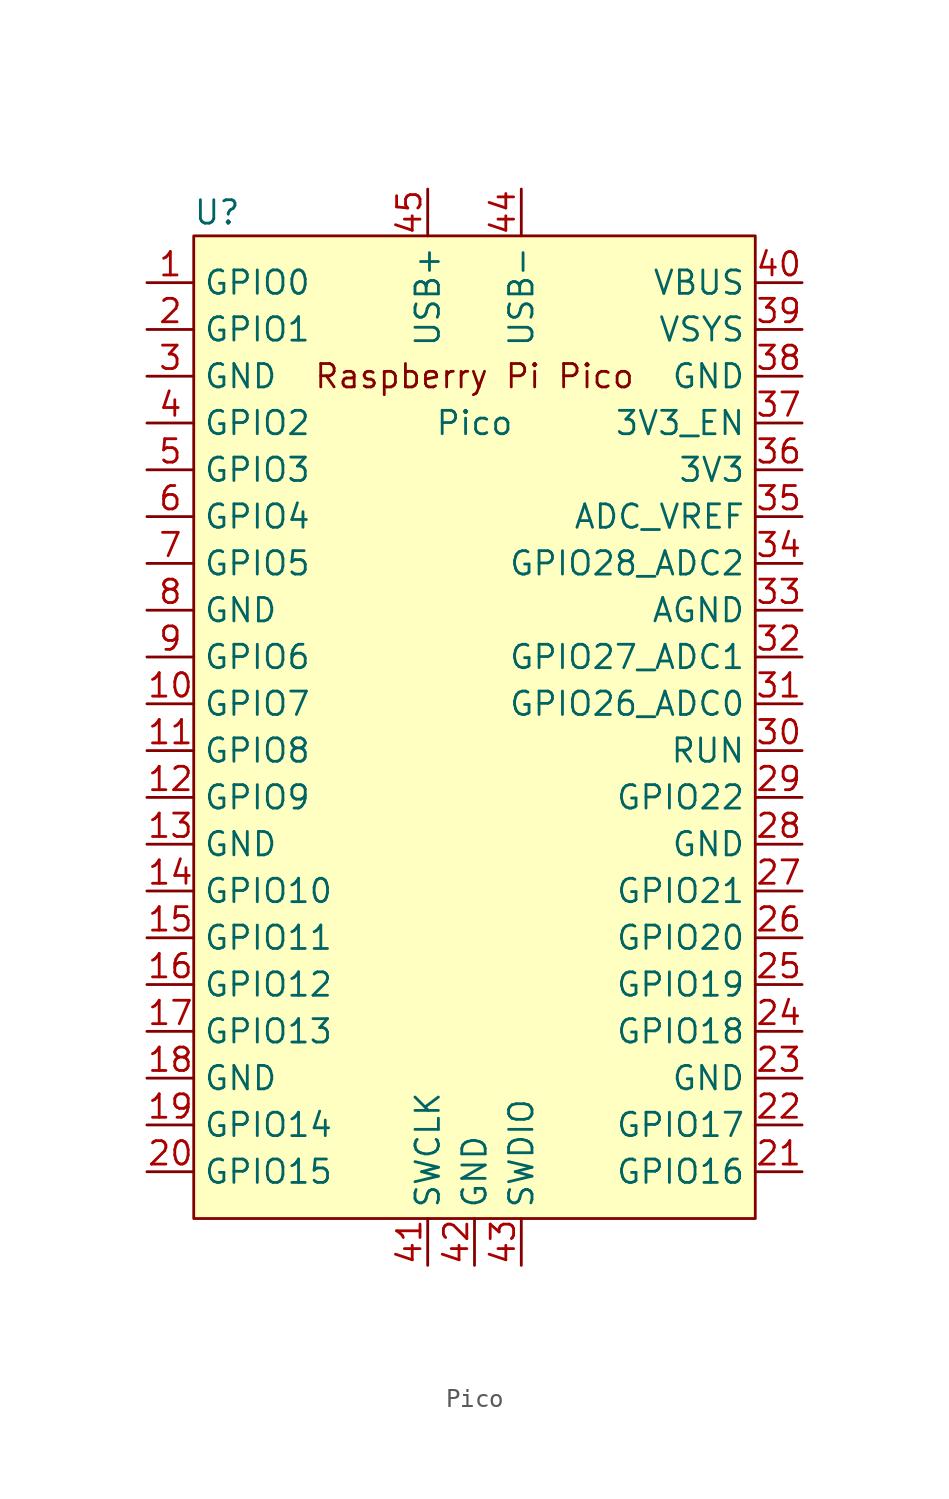
<source format=kicad_sym>
(kicad_symbol_lib
  (version 20211014)
  (generator kicad_symbol_editor)
  (symbol "Pico"
    (property "Reference" "U"
      (at -13.97 27.94 0)
      (effects (font (size 1.27 1.27))))
    (property "Value" "Pico"
      (at 0 16.51 0)
      (effects (font (size 1.27 1.27))))
    (symbol "Pico_0_0"
      (text "Raspberry Pi Pico" (at 0 19.05 0) (effects (font (size 1.27 1.27)))))
    (symbol "Pico_0_1"
      (rectangle (start -15.24 26.67) (end 15.24 -26.67) (stroke (width 0) (type default) (color 0 0 0 0)) (fill (type background))))
    (symbol "Pico_1_1"
      (pin bidirectional line (at -17.78 24.13 0) (length 2.54) (name "GPIO0" (effects (font (size 1.27 1.27)))) (number "1" (effects (font (size 1.27 1.27)))))
      (pin bidirectional line (at -17.78 1.27 0) (length 2.54) (name "GPIO7" (effects (font (size 1.27 1.27)))) (number "10" (effects (font (size 1.27 1.27)))))
      (pin bidirectional line (at -17.78 -1.27 0) (length 2.54) (name "GPIO8" (effects (font (size 1.27 1.27)))) (number "11" (effects (font (size 1.27 1.27)))))
      (pin bidirectional line (at -17.78 -3.81 0) (length 2.54) (name "GPIO9" (effects (font (size 1.27 1.27)))) (number "12" (effects (font (size 1.27 1.27)))))
      (pin power_in line (at -17.78 -6.35 0) (length 2.54) (name "GND" (effects (font (size 1.27 1.27)))) (number "13" (effects (font (size 1.27 1.27)))))
      (pin bidirectional line (at -17.78 -8.89 0) (length 2.54) (name "GPIO10" (effects (font (size 1.27 1.27)))) (number "14" (effects (font (size 1.27 1.27)))))
      (pin bidirectional line (at -17.78 -11.43 0) (length 2.54) (name "GPIO11" (effects (font (size 1.27 1.27)))) (number "15" (effects (font (size 1.27 1.27)))))
      (pin bidirectional line (at -17.78 -13.97 0) (length 2.54) (name "GPIO12" (effects (font (size 1.27 1.27)))) (number "16" (effects (font (size 1.27 1.27)))))
      (pin bidirectional line (at -17.78 -16.51 0) (length 2.54) (name "GPIO13" (effects (font (size 1.27 1.27)))) (number "17" (effects (font (size 1.27 1.27)))))
      (pin power_in line (at -17.78 -19.05 0) (length 2.54) (name "GND" (effects (font (size 1.27 1.27)))) (number "18" (effects (font (size 1.27 1.27)))))
      (pin bidirectional line (at -17.78 -21.59 0) (length 2.54) (name "GPIO14" (effects (font (size 1.27 1.27)))) (number "19" (effects (font (size 1.27 1.27)))))
      (pin bidirectional line (at -17.78 21.59 0) (length 2.54) (name "GPIO1" (effects (font (size 1.27 1.27)))) (number "2" (effects (font (size 1.27 1.27)))))
      (pin bidirectional line (at -17.78 -24.13 0) (length 2.54) (name "GPIO15" (effects (font (size 1.27 1.27)))) (number "20" (effects (font (size 1.27 1.27)))))
      (pin bidirectional line (at 17.78 -24.13 180) (length 2.54) (name "GPIO16" (effects (font (size 1.27 1.27)))) (number "21" (effects (font (size 1.27 1.27)))))
      (pin bidirectional line (at 17.78 -21.59 180) (length 2.54) (name "GPIO17" (effects (font (size 1.27 1.27)))) (number "22" (effects (font (size 1.27 1.27)))))
      (pin power_in line (at 17.78 -19.05 180) (length 2.54) (name "GND" (effects (font (size 1.27 1.27)))) (number "23" (effects (font (size 1.27 1.27)))))
      (pin bidirectional line (at 17.78 -16.51 180) (length 2.54) (name "GPIO18" (effects (font (size 1.27 1.27)))) (number "24" (effects (font (size 1.27 1.27)))))
      (pin bidirectional line (at 17.78 -13.97 180) (length 2.54) (name "GPIO19" (effects (font (size 1.27 1.27)))) (number "25" (effects (font (size 1.27 1.27)))))
      (pin bidirectional line (at 17.78 -11.43 180) (length 2.54) (name "GPIO20" (effects (font (size 1.27 1.27)))) (number "26" (effects (font (size 1.27 1.27)))))
      (pin bidirectional line (at 17.78 -8.89 180) (length 2.54) (name "GPIO21" (effects (font (size 1.27 1.27)))) (number "27" (effects (font (size 1.27 1.27)))))
      (pin power_in line (at 17.78 -6.35 180) (length 2.54) (name "GND" (effects (font (size 1.27 1.27)))) (number "28" (effects (font (size 1.27 1.27)))))
      (pin bidirectional line (at 17.78 -3.81 180) (length 2.54) (name "GPIO22" (effects (font (size 1.27 1.27)))) (number "29" (effects (font (size 1.27 1.27)))))
      (pin power_in line (at -17.78 19.05 0) (length 2.54) (name "GND" (effects (font (size 1.27 1.27)))) (number "3" (effects (font (size 1.27 1.27)))))
      (pin input line (at 17.78 -1.27 180) (length 2.54) (name "RUN" (effects (font (size 1.27 1.27)))) (number "30" (effects (font (size 1.27 1.27)))))
      (pin bidirectional line (at 17.78 1.27 180) (length 2.54) (name "GPIO26_ADC0" (effects (font (size 1.27 1.27)))) (number "31" (effects (font (size 1.27 1.27)))))
      (pin bidirectional line (at 17.78 3.81 180) (length 2.54) (name "GPIO27_ADC1" (effects (font (size 1.27 1.27)))) (number "32" (effects (font (size 1.27 1.27)))))
      (pin power_in line (at 17.78 6.35 180) (length 2.54) (name "AGND" (effects (font (size 1.27 1.27)))) (number "33" (effects (font (size 1.27 1.27)))))
      (pin bidirectional line (at 17.78 8.89 180) (length 2.54) (name "GPIO28_ADC2" (effects (font (size 1.27 1.27)))) (number "34" (effects (font (size 1.27 1.27)))))
      (pin power_in line (at 17.78 11.43 180) (length 2.54) (name "ADC_VREF" (effects (font (size 1.27 1.27)))) (number "35" (effects (font (size 1.27 1.27)))))
      (pin power_in line (at 17.78 13.97 180) (length 2.54) (name "3V3" (effects (font (size 1.27 1.27)))) (number "36" (effects (font (size 1.27 1.27)))))
      (pin input line (at 17.78 16.51 180) (length 2.54) (name "3V3_EN" (effects (font (size 1.27 1.27)))) (number "37" (effects (font (size 1.27 1.27)))))
      (pin bidirectional line (at 17.78 19.05 180) (length 2.54) (name "GND" (effects (font (size 1.27 1.27)))) (number "38" (effects (font (size 1.27 1.27)))))
      (pin power_in line (at 17.78 21.59 180) (length 2.54) (name "VSYS" (effects (font (size 1.27 1.27)))) (number "39" (effects (font (size 1.27 1.27)))))
      (pin bidirectional line (at -17.78 16.51 0) (length 2.54) (name "GPIO2" (effects (font (size 1.27 1.27)))) (number "4" (effects (font (size 1.27 1.27)))))
      (pin power_in line (at 17.78 24.13 180) (length 2.54) (name "VBUS" (effects (font (size 1.27 1.27)))) (number "40" (effects (font (size 1.27 1.27)))))
      (pin input line (at -2.54 -29.21 90) (length 2.54) (name "SWCLK" (effects (font (size 1.27 1.27)))) (number "41" (effects (font (size 1.27 1.27)))))
      (pin power_in line (at 0 -29.21 90) (length 2.54) (name "GND" (effects (font (size 1.27 1.27)))) (number "42" (effects (font (size 1.27 1.27)))))
      (pin bidirectional line (at 2.54 -29.21 90) (length 2.54) (name "SWDIO" (effects (font (size 1.27 1.27)))) (number "43" (effects (font (size 1.27 1.27)))))
      (pin bidirectional line (at 2.54 29.21 270) (length 2.54) (name "USB-" (effects (font (size 1.27 1.27)))) (number "44" (effects (font (size 1.27 1.27)))))
      (pin bidirectional line (at -2.54 29.21 270) (length 2.54) (name "USB+" (effects (font (size 1.27 1.27)))) (number "45" (effects (font (size 1.27 1.27)))))
      (pin bidirectional line (at -17.78 13.97 0) (length 2.54) (name "GPIO3" (effects (font (size 1.27 1.27)))) (number "5" (effects (font (size 1.27 1.27)))))
      (pin bidirectional line (at -17.78 11.43 0) (length 2.54) (name "GPIO4" (effects (font (size 1.27 1.27)))) (number "6" (effects (font (size 1.27 1.27)))))
      (pin bidirectional line (at -17.78 8.89 0) (length 2.54) (name "GPIO5" (effects (font (size 1.27 1.27)))) (number "7" (effects (font (size 1.27 1.27)))))
      (pin power_in line (at -17.78 6.35 0) (length 2.54) (name "GND" (effects (font (size 1.27 1.27)))) (number "8" (effects (font (size 1.27 1.27)))))
      (pin bidirectional line (at -17.78 3.81 0) (length 2.54) (name "GPIO6" (effects (font (size 1.27 1.27)))) (number "9" (effects (font (size 1.27 1.27))))))))
</source>
